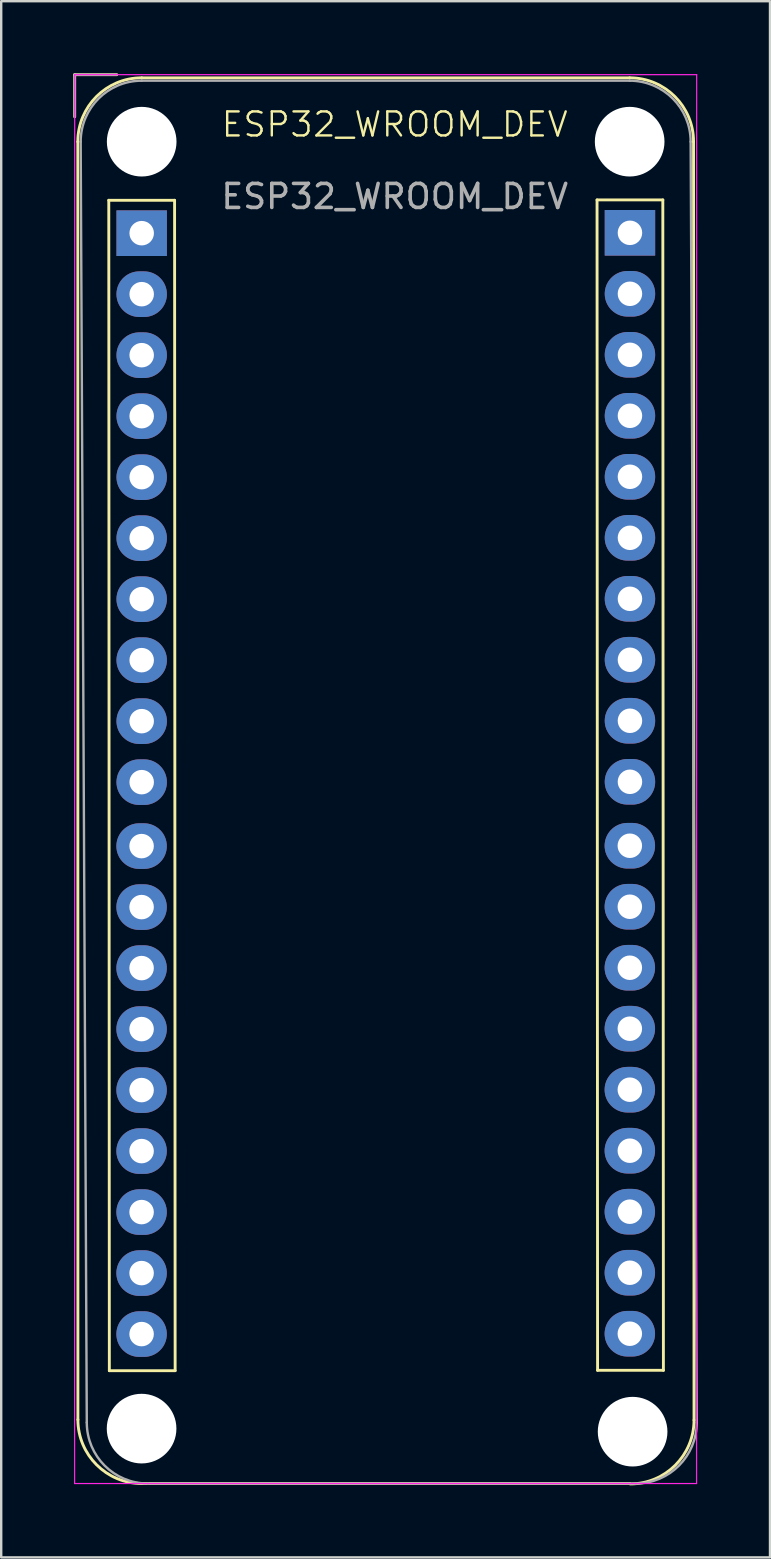
<source format=kicad_pcb>
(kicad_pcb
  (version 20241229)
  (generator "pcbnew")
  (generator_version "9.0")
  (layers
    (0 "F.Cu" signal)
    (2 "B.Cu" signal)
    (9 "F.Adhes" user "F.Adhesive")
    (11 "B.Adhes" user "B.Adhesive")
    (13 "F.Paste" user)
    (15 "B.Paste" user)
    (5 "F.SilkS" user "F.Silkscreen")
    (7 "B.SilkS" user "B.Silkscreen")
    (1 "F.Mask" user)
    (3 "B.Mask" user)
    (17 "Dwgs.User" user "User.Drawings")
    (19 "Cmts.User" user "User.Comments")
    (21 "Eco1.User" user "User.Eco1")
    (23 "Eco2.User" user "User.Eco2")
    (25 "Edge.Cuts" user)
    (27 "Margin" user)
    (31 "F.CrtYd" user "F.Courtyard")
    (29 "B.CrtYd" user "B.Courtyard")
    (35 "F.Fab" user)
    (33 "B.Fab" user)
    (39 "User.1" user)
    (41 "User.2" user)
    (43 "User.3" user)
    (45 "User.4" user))
  (footprint "ESP32_WROOM_DEV"
    (layer "F.Cu")
    (at 0.56 0.56)
    (property "Reference" "ESP32_WROOM_DEV" (at 12.827 1.572 0) (unlocked yes) (layer "F.SilkS") (effects (font (size 1 1) (thickness 0.1))))
    (attr through_hole)
    (fp_line (start -0.5 -0.5) (end 1.25 -0.5) (stroke (width 0.12) (type solid)) (layer "F.SilkS"))
    (fp_line (start -0.5 1.25) (end -0.5 -0.5) (stroke (width 0.12) (type solid)) (layer "F.SilkS"))
    (fp_line (start -0.37 2.29) (end -0.366 55.506) (stroke (width 0.12) (type solid)) (layer "F.SilkS"))
    (fp_line (start 0.92 4.73) (end 0.943 53.467) (stroke (width 0.12) (type solid)) (layer "F.SilkS"))
    (fp_line (start 2.29 -0.37) (end 22.61 -0.37) (stroke (width 0.12) (type solid)) (layer "F.SilkS"))
    (fp_line (start 2.294 58.166) (end 22.614 58.166) (stroke (width 0.12) (type solid)) (layer "F.SilkS"))
    (fp_line (start 3.66 4.73) (end 0.92 4.73) (stroke (width 0.12) (type solid)) (layer "F.SilkS"))
    (fp_line (start 3.683 53.467) (end 0.943 53.467) (stroke (width 0.12) (type solid)) (layer "F.SilkS"))
    (fp_line (start 3.683 53.467) (end 3.66 4.73) (stroke (width 0.12) (type solid)) (layer "F.SilkS"))
    (fp_line (start 21.252 4.715) (end 21.274 53.452) (stroke (width 0.12) (type solid)) (layer "F.SilkS"))
    (fp_line (start 23.991 4.715) (end 21.252 4.715) (stroke (width 0.12) (type solid)) (layer "F.SilkS"))
    (fp_line (start 24.015 53.452) (end 21.274 53.452) (stroke (width 0.12) (type solid)) (layer "F.SilkS"))
    (fp_line (start 24.015 53.452) (end 23.991 4.715) (stroke (width 0.12) (type solid)) (layer "F.SilkS"))
    (fp_line (start 25.27 2.29) (end 25.29 55.523) (stroke (width 0.12) (type solid)) (layer "F.SilkS"))
    (fp_arc (start -0.37 2.29) (mid 0.409096 0.409096) (end 2.29 -0.37) (stroke (width 0.12) (type solid)) (layer "F.SilkS"))
    (fp_arc (start 2.294 58.166) (mid 0.413096 57.386904) (end -0.366 55.506) (stroke (width 0.12) (type solid)) (layer "F.SilkS"))
    (fp_arc (start 22.61 -0.37) (mid 24.490904 0.409096) (end 25.27 2.29) (stroke (width 0.12) (type solid)) (layer "F.SilkS"))
    (fp_arc (start 25.290096 55.523096) (mid 24.511 57.404) (end 22.630096 58.183096) (stroke (width 0.12) (type solid)) (layer "F.SilkS"))
    (fp_line (start -0.504 58.166) (end 25.396 58.166) (stroke (width 0.05) (type solid)) (layer "F.CrtYd"))
    (fp_line (start -0.5 -0.5) (end -0.504 58.166) (stroke (width 0.05) (type solid)) (layer "F.CrtYd"))
    (fp_line (start 25.396 58.166) (end 25.4 -0.5) (stroke (width 0.05) (type solid)) (layer "F.CrtYd"))
    (fp_line (start 25.4 -0.5) (end -0.5 -0.5) (stroke (width 0.05) (type solid)) (layer "F.CrtYd"))
    (fp_line (start -0.5 -0.5) (end 1.25 -0.5) (stroke (width 0.1) (type solid)) (layer "F.Fab"))
    (fp_line (start -0.5 1.25) (end -0.5 -0.5) (stroke (width 0.1) (type solid)) (layer "F.Fab"))
    (fp_line (start -0.25 2.29) (end 0.004 55.626) (stroke (width 0.1) (type solid)) (layer "F.Fab"))
    (fp_line (start 2.29 -0.25) (end 22.61 -0.25) (stroke (width 0.1) (type solid)) (layer "F.Fab"))
    (fp_line (start 2.544 58.166) (end 22.864 58.166) (stroke (width 0.1) (type solid)) (layer "F.Fab"))
    (fp_line (start 25.15 2.29) (end 25.404 55.626) (stroke (width 0.1) (type solid)) (layer "F.Fab"))
    (fp_arc (start -0.25 2.29) (mid 0.493949 0.493949) (end 2.29 -0.25) (stroke (width 0.1) (type solid)) (layer "F.Fab"))
    (fp_arc (start 2.544 58.166) (mid 0.747949 57.422051) (end 0.004 55.626) (stroke (width 0.1) (type solid)) (layer "F.Fab"))
    (fp_arc (start 22.61 -0.25) (mid 24.406051 0.493949) (end 25.15 2.29) (stroke (width 0.1) (type solid)) (layer "F.Fab"))
    (fp_arc (start 25.404 55.626) (mid 24.660051 57.422051) (end 22.864 58.166) (stroke (width 0.1) (type solid)) (layer "F.Fab"))
    (fp_text user "${REFERENCE}" (at 12.827 4.572 0) (unlocked yes) (layer "F.Fab") (effects (font (size 1 1) (thickness 0.15))))
    (pad "" np_thru_hole circle (at 2.286 55.88) (size 2.9 2.9) (drill 2.9) (layers "*.Cu" "*.Mask"))
    (pad "" np_thru_hole circle (at 2.29 2.29) (size 2.9 2.9) (drill 2.9) (layers "*.Cu" "*.Mask"))
    (pad "" np_thru_hole circle (at 22.61 2.29) (size 2.9 2.9) (drill 2.9) (layers "*.Cu" "*.Mask"))
    (pad "" np_thru_hole circle (at 22.733 56.007) (size 2.9 2.9) (drill 2.9) (layers "*.Cu" "*.Mask"))
    (pad "1" thru_hole rect (at 22.622 6.085) (size 2.1 1.9) (drill 1.02) (layers "*.Cu" "*.Mask"))
    (pad "2" thru_hole oval (at 22.622 8.624) (size 2.1 1.9) (drill 1.02) (layers "*.Cu" "*.Mask"))
    (pad "3" thru_hole oval (at 22.622 11.165) (size 2.1 1.9) (drill 1.02) (layers "*.Cu" "*.Mask"))
    (pad "4" thru_hole oval (at 22.622 13.704) (size 2.1 1.9) (drill 1.02) (layers "*.Cu" "*.Mask"))
    (pad "5" thru_hole oval (at 22.622 16.244) (size 2.1 1.9) (drill 1.02) (layers "*.Cu" "*.Mask"))
    (pad "6" thru_hole oval (at 22.622 18.785) (size 2.1 1.9) (drill 1.02) (layers "*.Cu" "*.Mask"))
    (pad "7" thru_hole oval (at 22.622 21.325) (size 2.1 1.9) (drill 1.02) (layers "*.Cu" "*.Mask"))
    (pad "8" thru_hole oval (at 22.622 23.864) (size 2.1 1.9) (drill 1.02) (layers "*.Cu" "*.Mask"))
    (pad "9" thru_hole oval (at 22.622 26.404) (size 2.1 1.9) (drill 1.02) (layers "*.Cu" "*.Mask"))
    (pad "10" thru_hole oval (at 22.622 28.945) (size 2.1 1.9) (drill 1.02) (layers "*.Cu" "*.Mask"))
    (pad "11" thru_hole oval (at 22.617 31.608) (size 2.1 1.9) (drill 1.02) (layers "*.Cu" "*.Mask"))
    (pad "12" thru_hole oval (at 22.617 34.148) (size 2.1 1.9) (drill 1.02) (layers "*.Cu" "*.Mask"))
    (pad "13" thru_hole oval (at 22.617 36.688) (size 2.1 1.9) (drill 1.02) (layers "*.Cu" "*.Mask"))
    (pad "14" thru_hole oval (at 22.617 39.227) (size 2.1 1.9) (drill 1.02) (layers "*.Cu" "*.Mask"))
    (pad "15" thru_hole oval (at 22.617 41.767) (size 2.1 1.9) (drill 1.02) (layers "*.Cu" "*.Mask"))
    (pad "16" thru_hole oval (at 22.617 44.307) (size 2.1 1.9) (drill 1.02) (layers "*.Cu" "*.Mask"))
    (pad "17" thru_hole oval (at 22.617 46.847) (size 2.1 1.9) (drill 1.02) (layers "*.Cu" "*.Mask"))
    (pad "18" thru_hole oval (at 22.617 49.388) (size 2.1 1.9) (drill 1.02) (layers "*.Cu" "*.Mask"))
    (pad "19" thru_hole oval (at 22.617 51.928) (size 2.1 1.9) (drill 1.02) (layers "*.Cu" "*.Mask"))
    (pad "20" thru_hole oval (at 2.286 51.943) (size 2.1 1.9) (drill 1.02) (layers "*.Cu" "*.Mask"))
    (pad "21" thru_hole oval (at 2.286 49.403) (size 2.1 1.9) (drill 1.02) (layers "*.Cu" "*.Mask"))
    (pad "22" thru_hole oval (at 2.286 46.863) (size 2.1 1.9) (drill 1.02) (layers "*.Cu" "*.Mask"))
    (pad "23" thru_hole oval (at 2.286 44.323) (size 2.1 1.9) (drill 1.02) (layers "*.Cu" "*.Mask"))
    (pad "24" thru_hole oval (at 2.286 41.783) (size 2.1 1.9) (drill 1.02) (layers "*.Cu" "*.Mask"))
    (pad "25" thru_hole oval (at 2.286 39.243) (size 2.1 1.9) (drill 1.02) (layers "*.Cu" "*.Mask"))
    (pad "26" thru_hole oval (at 2.286 36.703) (size 2.1 1.9) (drill 1.02) (layers "*.Cu" "*.Mask"))
    (pad "27" thru_hole oval (at 2.286 34.163) (size 2.1 1.9) (drill 1.02) (layers "*.Cu" "*.Mask"))
    (pad "28" thru_hole oval (at 2.286 31.623) (size 2.1 1.9) (drill 1.02) (layers "*.Cu" "*.Mask"))
    (pad "29" thru_hole oval (at 2.29 28.96) (size 2.1 1.9) (drill 1.02) (layers "*.Cu" "*.Mask"))
    (pad "30" thru_hole oval (at 2.29 26.42) (size 2.1 1.9) (drill 1.02) (layers "*.Cu" "*.Mask"))
    (pad "31" thru_hole oval (at 2.29 23.88) (size 2.1 1.9) (drill 1.02) (layers "*.Cu" "*.Mask"))
    (pad "32" thru_hole oval (at 2.29 21.34) (size 2.1 1.9) (drill 1.02) (layers "*.Cu" "*.Mask"))
    (pad "33" thru_hole oval (at 2.29 18.8) (size 2.1 1.9) (drill 1.02) (layers "*.Cu" "*.Mask"))
    (pad "34" thru_hole oval (at 2.29 16.26) (size 2.1 1.9) (drill 1.02) (layers "*.Cu" "*.Mask"))
    (pad "35" thru_hole oval (at 2.29 13.72) (size 2.1 1.9) (drill 1.02) (layers "*.Cu" "*.Mask"))
    (pad "36" thru_hole oval (at 2.29 11.18) (size 2.1 1.9) (drill 1.02) (layers "*.Cu" "*.Mask"))
    (pad "37" thru_hole oval (at 2.29 8.64) (size 2.1 1.9) (drill 1.02) (layers "*.Cu" "*.Mask"))
    (pad "38" thru_hole rect (at 2.29 6.1) (size 2.1 1.9) (drill 1.02) (layers "*.Cu" "*.Mask")))
  (gr_rect
    (start -3 -3)
    (end 29.014 61.803)
    (stroke (width 0.1) (type default))
    (fill no)
    (layer "Edge.Cuts")))
</source>
